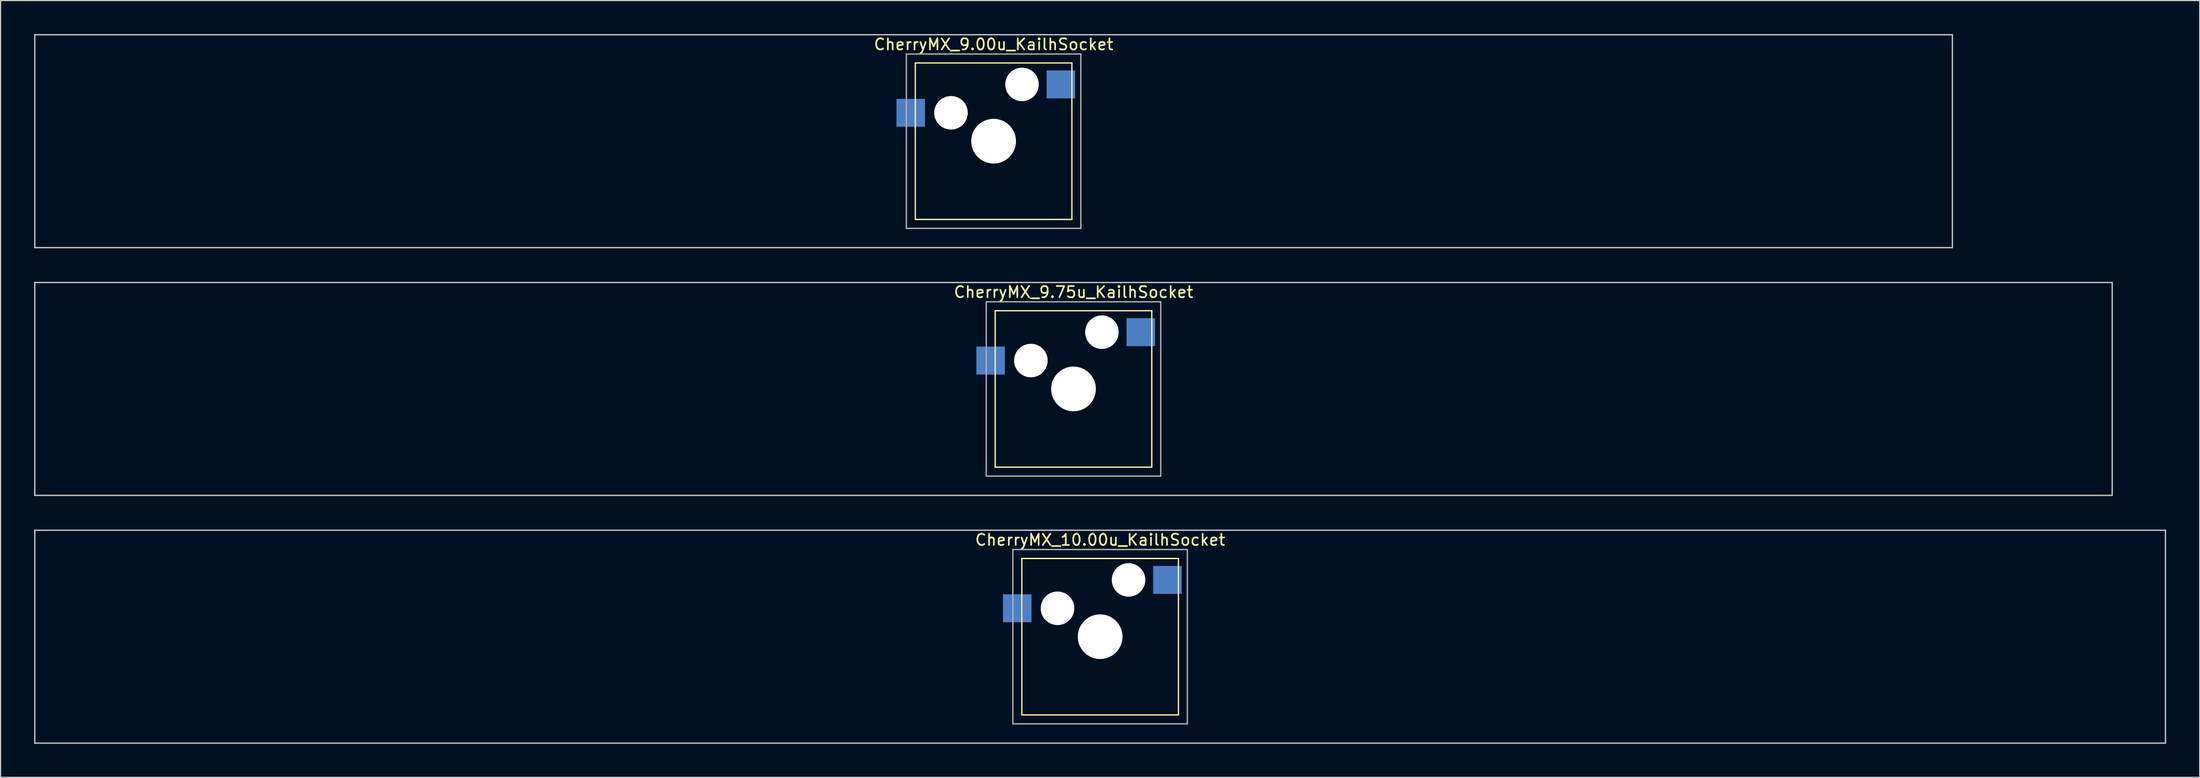
<source format=kicad_pcb>
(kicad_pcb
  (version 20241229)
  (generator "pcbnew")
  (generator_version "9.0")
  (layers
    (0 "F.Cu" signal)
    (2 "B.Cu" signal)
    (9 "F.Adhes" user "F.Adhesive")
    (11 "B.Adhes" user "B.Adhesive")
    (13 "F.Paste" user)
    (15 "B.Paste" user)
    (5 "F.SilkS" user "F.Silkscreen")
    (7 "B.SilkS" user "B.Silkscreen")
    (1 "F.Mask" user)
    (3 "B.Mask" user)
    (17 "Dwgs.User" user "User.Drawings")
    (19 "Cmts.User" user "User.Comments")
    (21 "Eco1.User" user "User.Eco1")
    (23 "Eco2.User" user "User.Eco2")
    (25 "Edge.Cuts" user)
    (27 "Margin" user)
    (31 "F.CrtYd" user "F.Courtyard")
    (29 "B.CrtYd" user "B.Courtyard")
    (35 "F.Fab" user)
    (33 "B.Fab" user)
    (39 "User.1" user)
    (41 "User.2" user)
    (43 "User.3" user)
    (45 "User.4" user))
  (footprint "CherryMX_10.00u_KailhSocket"
    (layer "F.Cu")
    (at 95.31 53.925)
    (property "Reference" "CherryMX_10.00u_KailhSocket" (at 0 -8.662 0) (layer "F.SilkS") (effects (font (size 1 1) (thickness 0.15))))
    (attr through_hole)
    (fp_line (start -7 -7) (end -7 7) (stroke (width 0.12) (type solid)) (layer "F.SilkS"))
    (fp_line (start -7 -7) (end 7 -7) (stroke (width 0.12) (type solid)) (layer "F.SilkS"))
    (fp_line (start 7 -7) (end 7 7) (stroke (width 0.12) (type solid)) (layer "F.SilkS"))
    (fp_line (start 7 7) (end -7 7) (stroke (width 0.12) (type solid)) (layer "F.SilkS"))
    (fp_line (start -95.25 -9.525) (end 95.25 -9.525) (stroke (width 0.12) (type solid)) (layer "Dwgs.User"))
    (fp_line (start -95.25 9.525) (end -95.25 -9.525) (stroke (width 0.12) (type solid)) (layer "Dwgs.User"))
    (fp_line (start 95.25 -9.525) (end 95.25 9.525) (stroke (width 0.12) (type solid)) (layer "Dwgs.User"))
    (fp_line (start 95.25 9.525) (end -95.25 9.525) (stroke (width 0.12) (type solid)) (layer "Dwgs.User"))
    (fp_line (start -7.8 -7.8) (end -7.8 7.8) (stroke (width 0.12) (type solid)) (layer "F.Fab"))
    (fp_line (start -7.8 -7.8) (end 7.8 -7.8) (stroke (width 0.12) (type solid)) (layer "F.Fab"))
    (fp_line (start -7.8 7.8) (end 7.8 7.8) (stroke (width 0.12) (type solid)) (layer "F.Fab"))
    (fp_line (start 7.8 -7.8) (end 7.8 7.8) (stroke (width 0.12) (type solid)) (layer "F.Fab"))
    (pad "" np_thru_hole circle (at -3.81 -2.54) (size 3 3) (drill 3) (layers "*.Cu" "*.Mask"))
    (pad "" np_thru_hole circle (at 0 0) (size 4 4) (drill 4) (layers "*.Cu" "*.Mask"))
    (pad "" np_thru_hole circle (at 2.54 -5.08) (size 3 3) (drill 3) (layers "*.Cu" "*.Mask"))
    (pad "1" smd rect (at -7.41 -2.54) (size 2.55 2.5) (layers "B.Cu" "B.Mask" "B.Paste"))
    (pad "2" smd rect (at 6.015 -5.08) (size 2.55 2.5) (layers "B.Cu" "B.Mask" "B.Paste")))
  (footprint "CherryMX_9.75u_KailhSocket"
    (layer "F.Cu")
    (at 92.929 31.755)
    (property "Reference" "CherryMX_9.75u_KailhSocket" (at 0 -8.662 0) (layer "F.SilkS") (effects (font (size 1 1) (thickness 0.15))))
    (attr through_hole)
    (fp_line (start -7 -7) (end -7 7) (stroke (width 0.12) (type solid)) (layer "F.SilkS"))
    (fp_line (start -7 -7) (end 7 -7) (stroke (width 0.12) (type solid)) (layer "F.SilkS"))
    (fp_line (start 7 -7) (end 7 7) (stroke (width 0.12) (type solid)) (layer "F.SilkS"))
    (fp_line (start 7 7) (end -7 7) (stroke (width 0.12) (type solid)) (layer "F.SilkS"))
    (fp_line (start -92.869 -9.525) (end 92.869 -9.525) (stroke (width 0.12) (type solid)) (layer "Dwgs.User"))
    (fp_line (start -92.869 9.525) (end -92.869 -9.525) (stroke (width 0.12) (type solid)) (layer "Dwgs.User"))
    (fp_line (start 92.869 -9.525) (end 92.869 9.525) (stroke (width 0.12) (type solid)) (layer "Dwgs.User"))
    (fp_line (start 92.869 9.525) (end -92.869 9.525) (stroke (width 0.12) (type solid)) (layer "Dwgs.User"))
    (fp_line (start -7.8 -7.8) (end -7.8 7.8) (stroke (width 0.12) (type solid)) (layer "F.Fab"))
    (fp_line (start -7.8 -7.8) (end 7.8 -7.8) (stroke (width 0.12) (type solid)) (layer "F.Fab"))
    (fp_line (start -7.8 7.8) (end 7.8 7.8) (stroke (width 0.12) (type solid)) (layer "F.Fab"))
    (fp_line (start 7.8 -7.8) (end 7.8 7.8) (stroke (width 0.12) (type solid)) (layer "F.Fab"))
    (pad "" np_thru_hole circle (at -3.81 -2.54) (size 3 3) (drill 3) (layers "*.Cu" "*.Mask"))
    (pad "" np_thru_hole circle (at 0 0) (size 4 4) (drill 4) (layers "*.Cu" "*.Mask"))
    (pad "" np_thru_hole circle (at 2.54 -5.08) (size 3 3) (drill 3) (layers "*.Cu" "*.Mask"))
    (pad "1" smd rect (at -7.41 -2.54) (size 2.55 2.5) (layers "B.Cu" "B.Mask" "B.Paste"))
    (pad "2" smd rect (at 6.015 -5.08) (size 2.55 2.5) (layers "B.Cu" "B.Mask" "B.Paste")))
  (footprint "CherryMX_9.00u_KailhSocket"
    (layer "F.Cu")
    (at 85.785 9.585)
    (property "Reference" "CherryMX_9.00u_KailhSocket" (at 0 -8.662 0) (layer "F.SilkS") (effects (font (size 1 1) (thickness 0.15))))
    (attr through_hole)
    (fp_line (start -7 -7) (end -7 7) (stroke (width 0.12) (type solid)) (layer "F.SilkS"))
    (fp_line (start -7 -7) (end 7 -7) (stroke (width 0.12) (type solid)) (layer "F.SilkS"))
    (fp_line (start 7 -7) (end 7 7) (stroke (width 0.12) (type solid)) (layer "F.SilkS"))
    (fp_line (start 7 7) (end -7 7) (stroke (width 0.12) (type solid)) (layer "F.SilkS"))
    (fp_line (start -85.725 -9.525) (end 85.725 -9.525) (stroke (width 0.12) (type solid)) (layer "Dwgs.User"))
    (fp_line (start -85.725 9.525) (end -85.725 -9.525) (stroke (width 0.12) (type solid)) (layer "Dwgs.User"))
    (fp_line (start 85.725 -9.525) (end 85.725 9.525) (stroke (width 0.12) (type solid)) (layer "Dwgs.User"))
    (fp_line (start 85.725 9.525) (end -85.725 9.525) (stroke (width 0.12) (type solid)) (layer "Dwgs.User"))
    (fp_line (start -7.8 -7.8) (end -7.8 7.8) (stroke (width 0.12) (type solid)) (layer "F.Fab"))
    (fp_line (start -7.8 -7.8) (end 7.8 -7.8) (stroke (width 0.12) (type solid)) (layer "F.Fab"))
    (fp_line (start -7.8 7.8) (end 7.8 7.8) (stroke (width 0.12) (type solid)) (layer "F.Fab"))
    (fp_line (start 7.8 -7.8) (end 7.8 7.8) (stroke (width 0.12) (type solid)) (layer "F.Fab"))
    (pad "" np_thru_hole circle (at -3.81 -2.54) (size 3 3) (drill 3) (layers "*.Cu" "*.Mask"))
    (pad "" np_thru_hole circle (at 0 0) (size 4 4) (drill 4) (layers "*.Cu" "*.Mask"))
    (pad "" np_thru_hole circle (at 2.54 -5.08) (size 3 3) (drill 3) (layers "*.Cu" "*.Mask"))
    (pad "1" smd rect (at -7.41 -2.54) (size 2.55 2.5) (layers "B.Cu" "B.Mask" "B.Paste"))
    (pad "2" smd rect (at 6.015 -5.08) (size 2.55 2.5) (layers "B.Cu" "B.Mask" "B.Paste")))
  (gr_rect
    (start -3 -3)
    (end 193.62 66.51)
    (stroke (width 0.1) (type default))
    (fill no)
    (layer "Edge.Cuts")))
</source>
